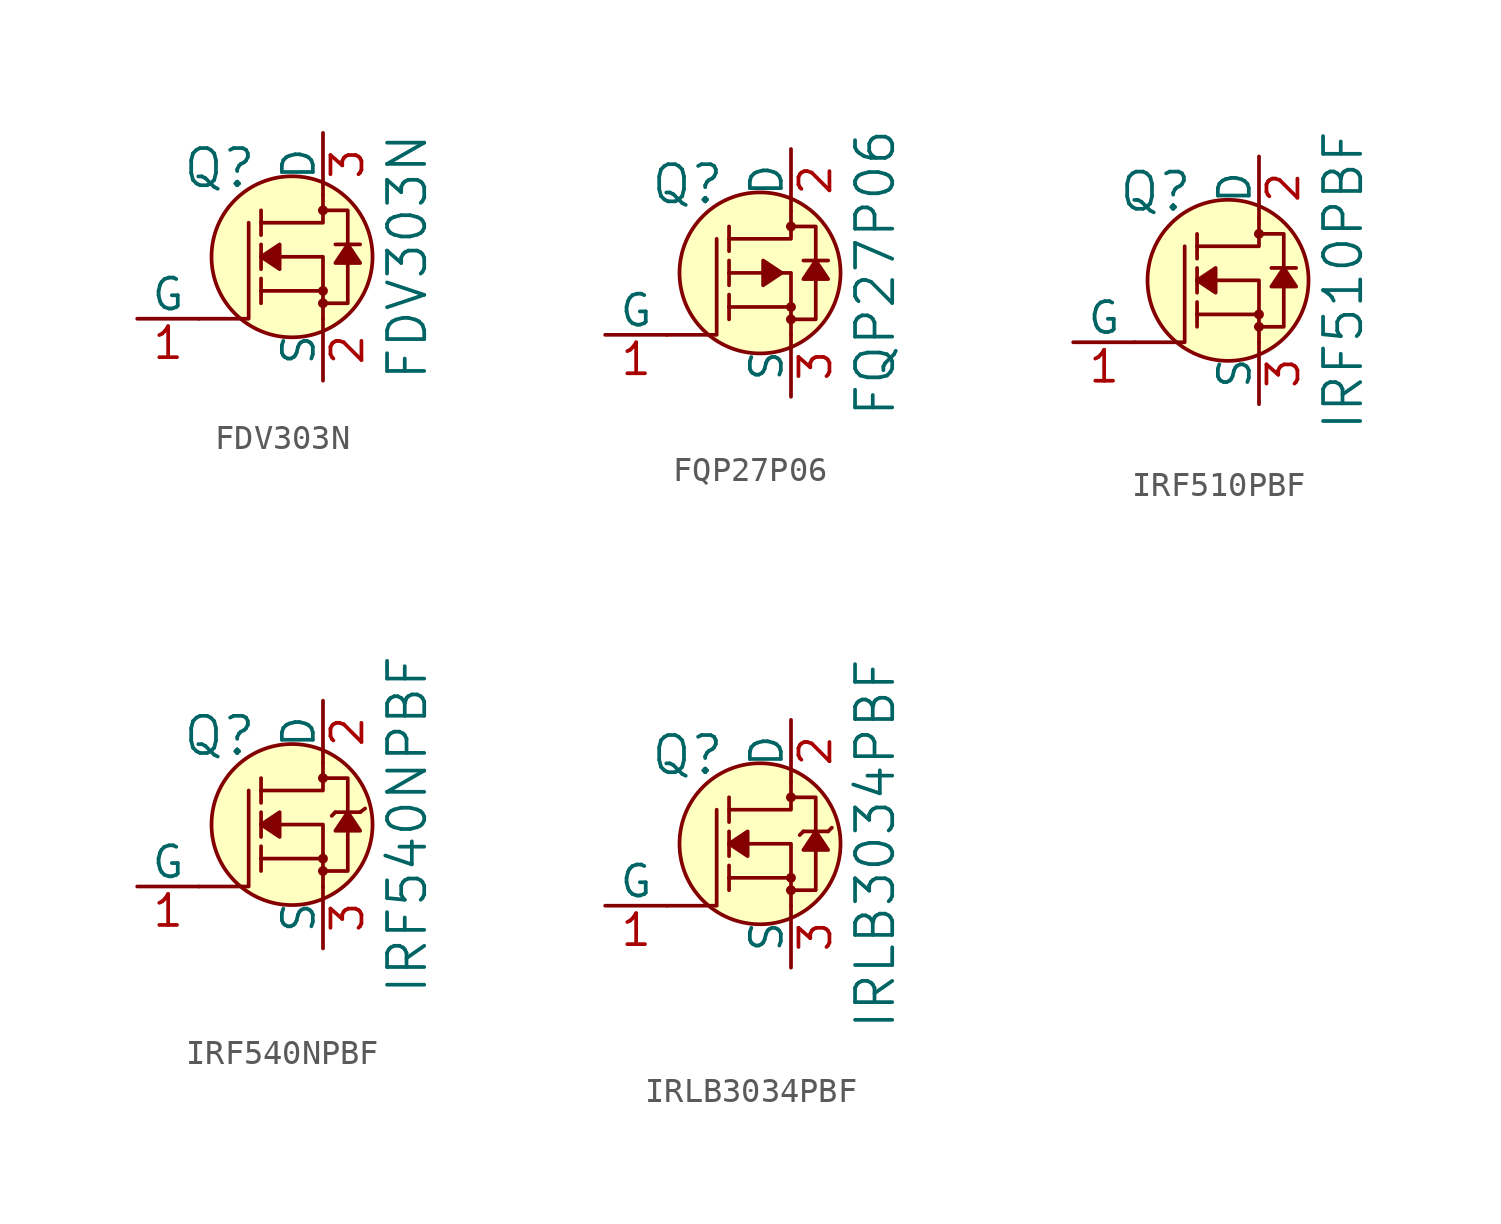
<source format=kicad_sym>
(kicad_symbol_lib
  (version 20220914)
  (generator kicad_symbol_editor)
  (symbol "FDV303N"
    (pin_names
      (offset 0))
    (property "Reference" "Q"
      (at -2.692 3.632 0)
      (effects (font (size 1.524 1.524)) (justify right)))
    (property "Value" "FDV303N"
      (at 3.454 0 90)
      (effects (font (size 1.524 1.524))))
    (symbol "FDV303N_0_1"
      (circle (center -1.27 0) (radius 3.302) (stroke (width 0) (type solid)) (fill (type background)))
      (circle (center 0 -1.905) (radius 0.127) (stroke (width 0) (type solid)) (fill (type none)))
      (circle (center 0 -1.397) (radius 0.127) (stroke (width 0) (type solid)) (fill (type none)))
      (polyline (pts (xy 0 -1.397) (xy -2.54 -1.397)) (stroke (width 0) (type solid)) (fill (type none)))
      (polyline (pts (xy -5.08 -2.54) (xy -3.048 -2.54) (xy -3.048 1.397)) (stroke (width 0) (type solid)) (fill (type none)))
      (polyline (pts (xy 0 -2.54) (xy 0 0) (xy -2.54 0)) (stroke (width 0) (type solid)) (fill (type none)))
      (polyline (pts (xy 0 2.54) (xy 0 1.397) (xy -2.54 1.397)) (stroke (width 0) (type solid)) (fill (type none)))
      (polyline (pts (xy -0.127 -1.905) (xy 1.016 -1.905) (xy 1.016 1.397) (xy 1.016 1.905) (xy -0.127 1.905)) (stroke (width 0) (type solid)) (fill (type none)))
      (circle (center 0 1.905) (radius 0.127) (stroke (width 0) (type solid)) (fill (type none))))
    (symbol "FDV303N_1_1"
      (polyline (pts (xy -2.54 -1.397) (xy -2.54 -1.905)) (stroke (width 0) (type solid)) (fill (type none)))
      (polyline (pts (xy -2.54 -1.397) (xy -2.54 -0.889)) (stroke (width 0) (type solid)) (fill (type none)))
      (polyline (pts (xy -2.54 0) (xy -2.54 -0.508)) (stroke (width 0) (type solid)) (fill (type none)))
      (polyline (pts (xy -2.54 0) (xy -2.54 0.508)) (stroke (width 0) (type solid)) (fill (type none)))
      (polyline (pts (xy -2.54 1.905) (xy -2.54 0.889)) (stroke (width 0) (type solid)) (fill (type none)))
      (polyline (pts (xy 1.524 0.508) (xy 0.508 0.508)) (stroke (width 0) (type solid)) (fill (type none)))
      (polyline (pts (xy -2.54 0) (xy -1.778 0.508) (xy -1.778 -0.508) (xy -2.54 0)) (stroke (width 0) (type solid)) (fill (type outline)))
      (polyline (pts (xy 1.016 0.508) (xy 0.508 -0.254) (xy 1.524 -0.254) (xy 1.016 0.508)) (stroke (width 0) (type solid)) (fill (type outline)))
      (pin bidirectional line (at -7.62 -2.54 0) (length 2.54) (name "G" (effects (font (size 1.27 1.27)))) (number "1" (effects (font (size 1.27 1.27)))))
      (pin bidirectional line (at 0 -5.08 90) (length 2.54) (name "S" (effects (font (size 1.27 1.27)))) (number "2" (effects (font (size 1.27 1.27)))))
      (pin bidirectional line (at 0 5.08 270) (length 2.54) (name "D" (effects (font (size 1.27 1.27)))) (number "3" (effects (font (size 1.27 1.27)))))))
  (symbol "FQP27P06"
    (pin_names
      (offset 0))
    (property "Reference" "Q"
      (at -2.692 3.632 0)
      (effects (font (size 1.524 1.524)) (justify right)))
    (property "Value" "FQP27P06"
      (at 3.454 0 90)
      (effects (font (size 1.524 1.524))))
    (symbol "FQP27P06_0_1"
      (circle (center -1.27 0) (radius 3.302) (stroke (width 0) (type solid)) (fill (type background)))
      (circle (center 0 -1.905) (radius 0.127) (stroke (width 0) (type solid)) (fill (type none)))
      (circle (center 0 -1.397) (radius 0.127) (stroke (width 0) (type solid)) (fill (type none)))
      (polyline (pts (xy 0 -1.397) (xy -2.54 -1.397)) (stroke (width 0) (type solid)) (fill (type none)))
      (polyline (pts (xy -5.08 -2.54) (xy -3.048 -2.54) (xy -3.048 1.397)) (stroke (width 0) (type solid)) (fill (type none)))
      (polyline (pts (xy 0 -2.54) (xy 0 0) (xy -2.54 0)) (stroke (width 0) (type solid)) (fill (type none)))
      (polyline (pts (xy 0 2.54) (xy 0 1.397) (xy -2.54 1.397)) (stroke (width 0) (type solid)) (fill (type none)))
      (polyline (pts (xy -0.127 -1.905) (xy 1.016 -1.905) (xy 1.016 1.397) (xy 1.016 1.905) (xy -0.127 1.905)) (stroke (width 0) (type solid)) (fill (type none)))
      (circle (center 0 1.905) (radius 0.127) (stroke (width 0) (type solid)) (fill (type none))))
    (symbol "FQP27P06_1_1"
      (polyline (pts (xy -2.54 -1.397) (xy -2.54 -1.905)) (stroke (width 0) (type solid)) (fill (type none)))
      (polyline (pts (xy -2.54 -1.397) (xy -2.54 -0.889)) (stroke (width 0) (type solid)) (fill (type none)))
      (polyline (pts (xy -2.54 0) (xy -2.54 -0.508)) (stroke (width 0) (type solid)) (fill (type none)))
      (polyline (pts (xy -2.54 0) (xy -2.54 0.508)) (stroke (width 0) (type solid)) (fill (type none)))
      (polyline (pts (xy -2.54 1.905) (xy -2.54 0.889)) (stroke (width 0) (type solid)) (fill (type none)))
      (polyline (pts (xy 1.524 0.508) (xy 0.508 0.508)) (stroke (width 0) (type solid)) (fill (type none)))
      (polyline (pts (xy -0.381 0) (xy -1.143 0.508) (xy -1.143 -0.508) (xy -0.381 0)) (stroke (width 0) (type solid)) (fill (type outline)))
      (polyline (pts (xy 1.016 0.508) (xy 0.508 -0.254) (xy 1.524 -0.254) (xy 1.016 0.508)) (stroke (width 0) (type solid)) (fill (type outline)))
      (pin bidirectional line (at -7.62 -2.54 0) (length 2.54) (name "G" (effects (font (size 1.27 1.27)))) (number "1" (effects (font (size 1.27 1.27)))))
      (pin bidirectional line (at 0 5.08 270) (length 2.54) (name "D" (effects (font (size 1.27 1.27)))) (number "2" (effects (font (size 1.27 1.27)))))
      (pin bidirectional line (at 0 -5.08 90) (length 2.54) (name "S" (effects (font (size 1.27 1.27)))) (number "3" (effects (font (size 1.27 1.27)))))))
  (symbol "IRF510PBF"
    (pin_names
      (offset 0))
    (property "Reference" "Q"
      (at -2.692 3.632 0)
      (effects (font (size 1.524 1.524)) (justify right)))
    (property "Value" "IRF510PBF"
      (at 3.454 0 90)
      (effects (font (size 1.524 1.524))))
    (symbol "IRF510PBF_0_1"
      (circle (center -1.27 0) (radius 3.302) (stroke (width 0) (type solid)) (fill (type background)))
      (circle (center 0 -1.905) (radius 0.127) (stroke (width 0) (type solid)) (fill (type none)))
      (circle (center 0 -1.397) (radius 0.127) (stroke (width 0) (type solid)) (fill (type none)))
      (polyline (pts (xy 0 -1.397) (xy -2.54 -1.397)) (stroke (width 0) (type solid)) (fill (type none)))
      (polyline (pts (xy -5.08 -2.54) (xy -3.048 -2.54) (xy -3.048 1.397)) (stroke (width 0) (type solid)) (fill (type none)))
      (polyline (pts (xy 0 -2.54) (xy 0 0) (xy -2.54 0)) (stroke (width 0) (type solid)) (fill (type none)))
      (polyline (pts (xy 0 2.54) (xy 0 1.397) (xy -2.54 1.397)) (stroke (width 0) (type solid)) (fill (type none)))
      (polyline (pts (xy -0.127 -1.905) (xy 1.016 -1.905) (xy 1.016 1.397) (xy 1.016 1.905) (xy -0.127 1.905)) (stroke (width 0) (type solid)) (fill (type none)))
      (circle (center 0 1.905) (radius 0.127) (stroke (width 0) (type solid)) (fill (type none))))
    (symbol "IRF510PBF_1_1"
      (polyline (pts (xy -2.54 -1.397) (xy -2.54 -1.905)) (stroke (width 0) (type solid)) (fill (type none)))
      (polyline (pts (xy -2.54 -1.397) (xy -2.54 -0.889)) (stroke (width 0) (type solid)) (fill (type none)))
      (polyline (pts (xy -2.54 0) (xy -2.54 -0.508)) (stroke (width 0) (type solid)) (fill (type none)))
      (polyline (pts (xy -2.54 0) (xy -2.54 0.508)) (stroke (width 0) (type solid)) (fill (type none)))
      (polyline (pts (xy -2.54 1.905) (xy -2.54 0.889)) (stroke (width 0) (type solid)) (fill (type none)))
      (polyline (pts (xy 1.524 0.508) (xy 0.508 0.508)) (stroke (width 0) (type solid)) (fill (type none)))
      (polyline (pts (xy -2.54 0) (xy -1.778 0.508) (xy -1.778 -0.508) (xy -2.54 0)) (stroke (width 0) (type solid)) (fill (type outline)))
      (polyline (pts (xy 1.016 0.508) (xy 0.508 -0.254) (xy 1.524 -0.254) (xy 1.016 0.508)) (stroke (width 0) (type solid)) (fill (type outline)))
      (pin bidirectional line (at -7.62 -2.54 0) (length 2.54) (name "G" (effects (font (size 1.27 1.27)))) (number "1" (effects (font (size 1.27 1.27)))))
      (pin bidirectional line (at 0 5.08 270) (length 2.54) (name "D" (effects (font (size 1.27 1.27)))) (number "2" (effects (font (size 1.27 1.27)))))
      (pin bidirectional line (at 0 -5.08 90) (length 2.54) (name "S" (effects (font (size 1.27 1.27)))) (number "3" (effects (font (size 1.27 1.27)))))))
  (symbol "IRF540NPBF"
    (pin_names
      (offset 0))
    (property "Reference" "Q"
      (at -2.692 3.632 0)
      (effects (font (size 1.524 1.524)) (justify right)))
    (property "Value" "IRF540NPBF"
      (at 3.454 0 90)
      (effects (font (size 1.524 1.524))))
    (symbol "IRF540NPBF_0_1"
      (circle (center -1.27 0) (radius 3.302) (stroke (width 0) (type solid)) (fill (type background)))
      (circle (center 0 -1.905) (radius 0.127) (stroke (width 0) (type solid)) (fill (type none)))
      (circle (center 0 -1.397) (radius 0.127) (stroke (width 0) (type solid)) (fill (type none)))
      (polyline (pts (xy 0 -1.397) (xy -2.54 -1.397)) (stroke (width 0) (type solid)) (fill (type none)))
      (polyline (pts (xy 0.508 0.508) (xy 0.356 0.356)) (stroke (width 0) (type solid)) (fill (type none)))
      (polyline (pts (xy 1.524 0.508) (xy 1.727 0.66)) (stroke (width 0) (type solid)) (fill (type none)))
      (polyline (pts (xy -5.08 -2.54) (xy -3.048 -2.54) (xy -3.048 1.397)) (stroke (width 0) (type solid)) (fill (type none)))
      (polyline (pts (xy 0 -2.54) (xy 0 0) (xy -2.54 0)) (stroke (width 0) (type solid)) (fill (type none)))
      (polyline (pts (xy 0 2.54) (xy 0 1.397) (xy -2.54 1.397)) (stroke (width 0) (type solid)) (fill (type none)))
      (polyline (pts (xy -0.127 -1.905) (xy 1.016 -1.905) (xy 1.016 1.397) (xy 1.016 1.905) (xy -0.127 1.905)) (stroke (width 0) (type solid)) (fill (type none)))
      (circle (center 0 1.905) (radius 0.127) (stroke (width 0) (type solid)) (fill (type none))))
    (symbol "IRF540NPBF_1_1"
      (polyline (pts (xy -2.54 -1.397) (xy -2.54 -1.905)) (stroke (width 0) (type solid)) (fill (type none)))
      (polyline (pts (xy -2.54 -1.397) (xy -2.54 -0.889)) (stroke (width 0) (type solid)) (fill (type none)))
      (polyline (pts (xy -2.54 0) (xy -2.54 -0.508)) (stroke (width 0) (type solid)) (fill (type none)))
      (polyline (pts (xy -2.54 0) (xy -2.54 0.508)) (stroke (width 0) (type solid)) (fill (type none)))
      (polyline (pts (xy -2.54 1.905) (xy -2.54 0.889)) (stroke (width 0) (type solid)) (fill (type none)))
      (polyline (pts (xy 1.524 0.508) (xy 0.508 0.508)) (stroke (width 0) (type solid)) (fill (type none)))
      (polyline (pts (xy -2.54 0) (xy -1.778 0.508) (xy -1.778 -0.508) (xy -2.54 0)) (stroke (width 0) (type solid)) (fill (type outline)))
      (polyline (pts (xy 1.016 0.508) (xy 0.508 -0.254) (xy 1.524 -0.254) (xy 1.016 0.508)) (stroke (width 0) (type solid)) (fill (type outline)))
      (pin bidirectional line (at -7.62 -2.54 0) (length 2.54) (name "G" (effects (font (size 1.27 1.27)))) (number "1" (effects (font (size 1.27 1.27)))))
      (pin bidirectional line (at 0 5.08 270) (length 2.54) (name "D" (effects (font (size 1.27 1.27)))) (number "2" (effects (font (size 1.27 1.27)))))
      (pin bidirectional line (at 0 -5.08 90) (length 2.54) (name "S" (effects (font (size 1.27 1.27)))) (number "3" (effects (font (size 1.27 1.27)))))))
  (symbol "IRLB3034PBF"
    (pin_names
      (offset 0))
    (property "Reference" "Q"
      (at -2.692 3.632 0)
      (effects (font (size 1.524 1.524)) (justify right)))
    (property "Value" "IRLB3034PBF"
      (at 3.454 0 90)
      (effects (font (size 1.524 1.524))))
    (symbol "IRLB3034PBF_0_1"
      (circle (center -1.27 0) (radius 3.302) (stroke (width 0) (type solid)) (fill (type background)))
      (circle (center 0 -1.905) (radius 0.127) (stroke (width 0) (type solid)) (fill (type none)))
      (circle (center 0 -1.397) (radius 0.127) (stroke (width 0) (type solid)) (fill (type none)))
      (polyline (pts (xy 0 -1.397) (xy -2.54 -1.397)) (stroke (width 0) (type solid)) (fill (type none)))
      (polyline (pts (xy 0.508 0.508) (xy 0.356 0.356)) (stroke (width 0) (type solid)) (fill (type none)))
      (polyline (pts (xy 1.524 0.508) (xy 1.676 0.66)) (stroke (width 0) (type solid)) (fill (type none)))
      (polyline (pts (xy -5.08 -2.54) (xy -3.048 -2.54) (xy -3.048 1.397)) (stroke (width 0) (type solid)) (fill (type none)))
      (polyline (pts (xy 0 -2.54) (xy 0 0) (xy -2.54 0)) (stroke (width 0) (type solid)) (fill (type none)))
      (polyline (pts (xy 0 2.54) (xy 0 1.397) (xy -2.54 1.397)) (stroke (width 0) (type solid)) (fill (type none)))
      (polyline (pts (xy -0.127 -1.905) (xy 1.016 -1.905) (xy 1.016 1.397) (xy 1.016 1.905) (xy -0.127 1.905)) (stroke (width 0) (type solid)) (fill (type none)))
      (circle (center 0 1.905) (radius 0.127) (stroke (width 0) (type solid)) (fill (type none))))
    (symbol "IRLB3034PBF_1_1"
      (polyline (pts (xy -2.54 -1.397) (xy -2.54 -1.905)) (stroke (width 0) (type solid)) (fill (type none)))
      (polyline (pts (xy -2.54 -1.397) (xy -2.54 -0.889)) (stroke (width 0) (type solid)) (fill (type none)))
      (polyline (pts (xy -2.54 0) (xy -2.54 -0.508)) (stroke (width 0) (type solid)) (fill (type none)))
      (polyline (pts (xy -2.54 0) (xy -2.54 0.508)) (stroke (width 0) (type solid)) (fill (type none)))
      (polyline (pts (xy -2.54 1.905) (xy -2.54 0.889)) (stroke (width 0) (type solid)) (fill (type none)))
      (polyline (pts (xy 1.524 0.508) (xy 0.508 0.508)) (stroke (width 0) (type solid)) (fill (type none)))
      (polyline (pts (xy -2.54 0) (xy -1.778 0.508) (xy -1.778 -0.508) (xy -2.54 0)) (stroke (width 0) (type solid)) (fill (type outline)))
      (polyline (pts (xy 1.016 0.508) (xy 0.508 -0.254) (xy 1.524 -0.254) (xy 1.016 0.508)) (stroke (width 0) (type solid)) (fill (type outline)))
      (pin bidirectional line (at -7.62 -2.54 0) (length 2.54) (name "G" (effects (font (size 1.27 1.27)))) (number "1" (effects (font (size 1.27 1.27)))))
      (pin bidirectional line (at 0 5.08 270) (length 2.54) (name "D" (effects (font (size 1.27 1.27)))) (number "2" (effects (font (size 1.27 1.27)))))
      (pin bidirectional line (at 0 -5.08 90) (length 2.54) (name "S" (effects (font (size 1.27 1.27)))) (number "3" (effects (font (size 1.27 1.27))))))))
</source>
